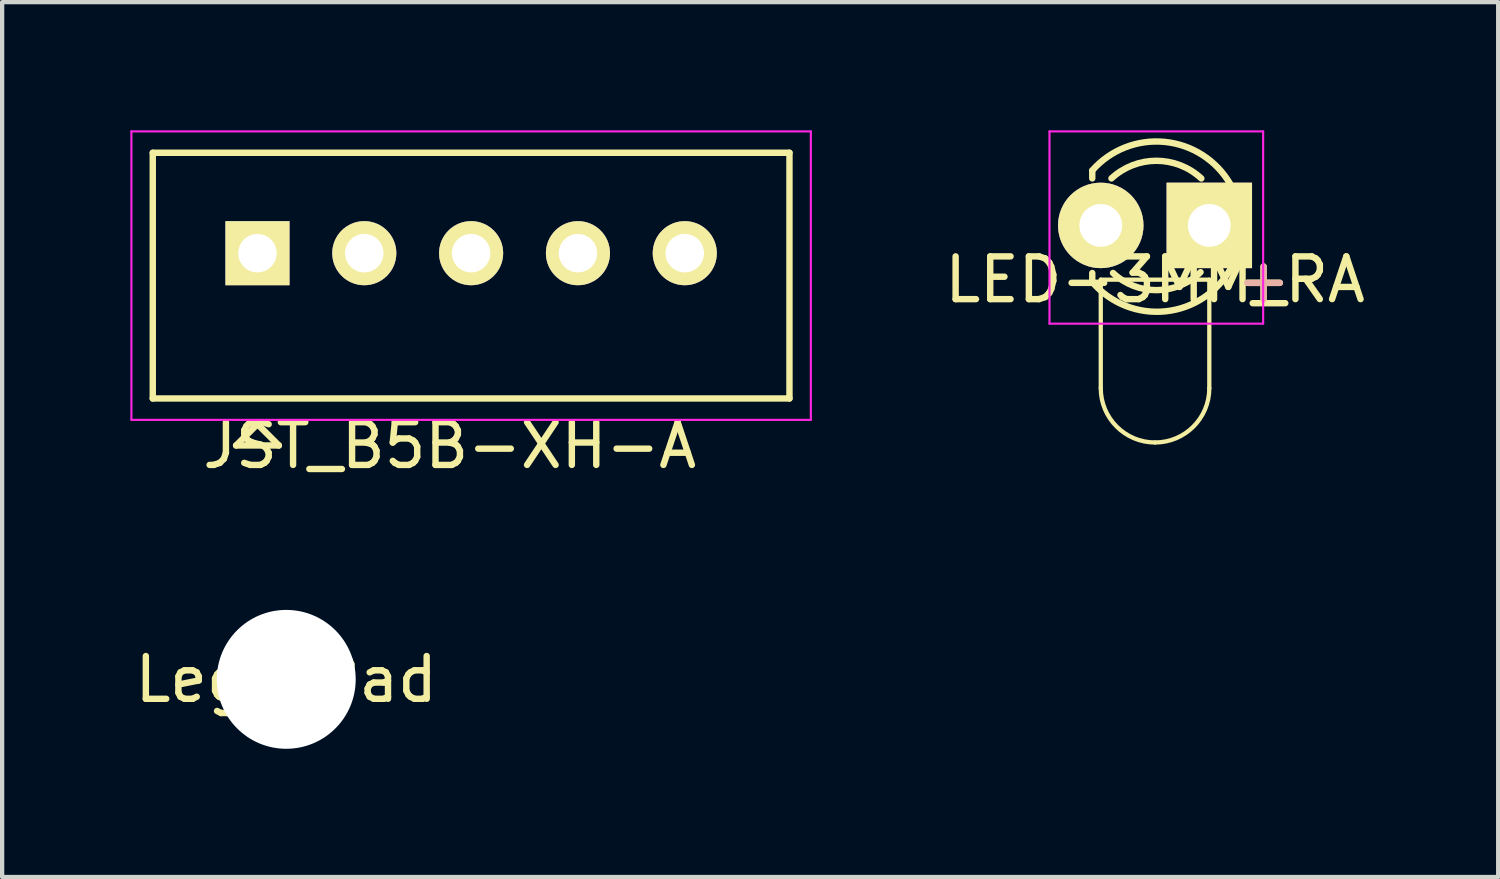
<source format=kicad_pcb>
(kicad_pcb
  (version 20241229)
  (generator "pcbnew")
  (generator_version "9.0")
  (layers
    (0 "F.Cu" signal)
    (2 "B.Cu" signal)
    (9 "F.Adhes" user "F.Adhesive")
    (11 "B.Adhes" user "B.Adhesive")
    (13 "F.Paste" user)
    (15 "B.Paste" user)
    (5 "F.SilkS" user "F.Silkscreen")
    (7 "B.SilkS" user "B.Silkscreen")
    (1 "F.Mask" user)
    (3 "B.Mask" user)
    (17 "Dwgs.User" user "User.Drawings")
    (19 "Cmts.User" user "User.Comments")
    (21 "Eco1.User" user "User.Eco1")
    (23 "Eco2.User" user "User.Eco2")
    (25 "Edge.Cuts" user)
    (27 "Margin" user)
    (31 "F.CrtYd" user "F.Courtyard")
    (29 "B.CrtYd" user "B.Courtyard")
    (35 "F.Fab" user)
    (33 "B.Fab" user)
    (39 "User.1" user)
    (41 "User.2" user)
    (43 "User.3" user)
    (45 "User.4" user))
  (footprint "Lego_Pad"
    (layer "F.Cu")
    (at 3.649 12.848)
    (property "Reference" "Lego_Pad" (at 0 0 0) (layer "F.SilkS") (effects (font (size 1 1) (thickness 0.15))))
    (attr through_hole)
    (pad "" np_thru_hole circle (at 0 0) (size 3.25 3.25) (drill 3.25) (layers "*.Cu" "*.Mask")))
  (footprint "LED-3MM_RA"
    (layer "F.Cu")
    (at 22.71 2.225)
    (property "Reference" "LED-3MM_RA" (at 1.27 1.27 0) (layer "F.SilkS") (effects (font (size 1 1) (thickness 0.15))))
    (attr through_hole)
    (fp_line (start -0.199 -1.28) (end -0.199 -1.1) (stroke (width 0.15) (type solid)) (layer "F.SilkS"))
    (fp_line (start -0.199 1.314) (end -0.199 1.114) (stroke (width 0.15) (type solid)) (layer "F.SilkS"))
    (fp_line (start 0 1.27) (end 2.54 1.27) (stroke (width 0.1) (type solid)) (layer "F.SilkS"))
    (fp_line (start 0 3.81) (end 0 1.27) (stroke (width 0.1) (type solid)) (layer "F.SilkS"))
    (fp_line (start 2.54 1.27) (end 2.54 3.81) (stroke (width 0.1) (type solid)) (layer "F.SilkS"))
    (fp_arc (start -0.199 -1.286) (mid 1.495903 -1.954571) (end 3.028744 -0.969643) (stroke (width 0.15) (type solid)) (layer "F.SilkS"))
    (fp_arc (start 0.25 -1.1) (mid 1.301686 -1.512142) (end 2.353005 -1.099067) (stroke (width 0.15) (type solid)) (layer "F.SilkS"))
    (fp_arc (start 1.27 5.08) (mid 0.371974 4.708026) (end 0 3.81) (stroke (width 0.1) (type solid)) (layer "F.SilkS"))
    (fp_arc (start 2.335 1.094) (mid 1.31492 1.51473) (end 0.287111 1.113252) (stroke (width 0.15) (type solid)) (layer "F.SilkS"))
    (fp_arc (start 2.54 3.81) (mid 2.168026 4.708026) (end 1.27 5.08) (stroke (width 0.1) (type solid)) (layer "F.SilkS"))
    (fp_arc (start 3.051 0.994) (mid 1.522637 2.009958) (end -0.18622 1.340726) (stroke (width 0.15) (type solid)) (layer "F.SilkS"))
    (fp_line (start -1.2 -2.2) (end -1.2 2.3) (stroke (width 0.05) (type solid)) (layer "F.CrtYd"))
    (fp_line (start -1.2 2.3) (end 3.8 2.3) (stroke (width 0.05) (type solid)) (layer "F.CrtYd"))
    (fp_line (start 3.8 -2.2) (end -1.2 -2.2) (stroke (width 0.05) (type solid)) (layer "F.CrtYd"))
    (fp_line (start 3.8 2.3) (end 3.8 -2.2) (stroke (width 0.05) (type solid)) (layer "F.CrtYd"))
    (fp_text user "+" (at 3.81 1.27 0) (layer "F.SilkS") (effects (font (size 1 1) (thickness 0.15))))
    (fp_text user "+" (at 3.81 1.27 0) (layer "B.SilkS") (effects (font (size 1 1) (thickness 0.15)) (justify mirror)))
    (pad "1" thru_hole circle (at 0 0 90) (size 2 2) (drill 1.001) (layers "*.Cu" "*.Mask" "F.SilkS"))
    (pad "2" thru_hole rect (at 2.54 0) (size 2 2) (drill 1.001) (layers "*.Cu" "*.Mask" "F.SilkS")))
  (footprint "JST_B5B-XH-A"
    (layer "F.Cu")
    (at 2.975 2.875)
    (property "Reference" "JST_B5B-XH-A" (at 4.5 4.5 0) (layer "F.SilkS") (effects (font (size 1 1) (thickness 0.15))))
    (attr through_hole)
    (fp_line (start -2.45 -2.35) (end -2.45 3.4) (stroke (width 0.15) (type solid)) (layer "F.SilkS"))
    (fp_line (start -2.45 -2.35) (end 12.45 -2.35) (stroke (width 0.15) (type solid)) (layer "F.SilkS"))
    (fp_line (start -2.45 3.4) (end 12.45 3.4) (stroke (width 0.15) (type solid)) (layer "F.SilkS"))
    (fp_line (start -0.5 4.5) (end 0.5 4.5) (stroke (width 0.15) (type solid)) (layer "F.SilkS"))
    (fp_line (start 0 4) (end -0.5 4.5) (stroke (width 0.15) (type solid)) (layer "F.SilkS"))
    (fp_line (start 0 4) (end 0.5 4.5) (stroke (width 0.15) (type solid)) (layer "F.SilkS"))
    (fp_line (start 12.45 -2.35) (end 12.45 3.4) (stroke (width 0.15) (type solid)) (layer "F.SilkS"))
    (fp_line (start -2.95 -2.85) (end -2.95 3.9) (stroke (width 0.05) (type solid)) (layer "F.CrtYd"))
    (fp_line (start -2.95 -2.85) (end 12.95 -2.85) (stroke (width 0.05) (type solid)) (layer "F.CrtYd"))
    (fp_line (start -2.95 3.9) (end 12.95 3.9) (stroke (width 0.05) (type solid)) (layer "F.CrtYd"))
    (fp_line (start 12.95 -2.85) (end 12.95 3.9) (stroke (width 0.05) (type solid)) (layer "F.CrtYd"))
    (pad "1" thru_hole rect (at 0 0) (size 1.5 1.5) (drill 0.9) (layers "*.Cu" "*.Mask" "F.SilkS"))
    (pad "2" thru_hole circle (at 2.5 0) (size 1.5 1.5) (drill 0.9) (layers "*.Cu" "*.Mask" "F.SilkS"))
    (pad "3" thru_hole circle (at 5 0) (size 1.5 1.5) (drill 0.9) (layers "*.Cu" "*.Mask" "F.SilkS"))
    (pad "4" thru_hole circle (at 7.5 0) (size 1.5 1.5) (drill 0.9) (layers "*.Cu" "*.Mask" "F.SilkS"))
    (pad "5" thru_hole circle (at 10 0) (size 1.5 1.5) (drill 0.9) (layers "*.Cu" "*.Mask" "F.SilkS")))
  (gr_rect
    (start -3 -3)
    (end 32.01 17.473)
    (stroke (width 0.1) (type default))
    (fill no)
    (layer "Edge.Cuts")))
</source>
